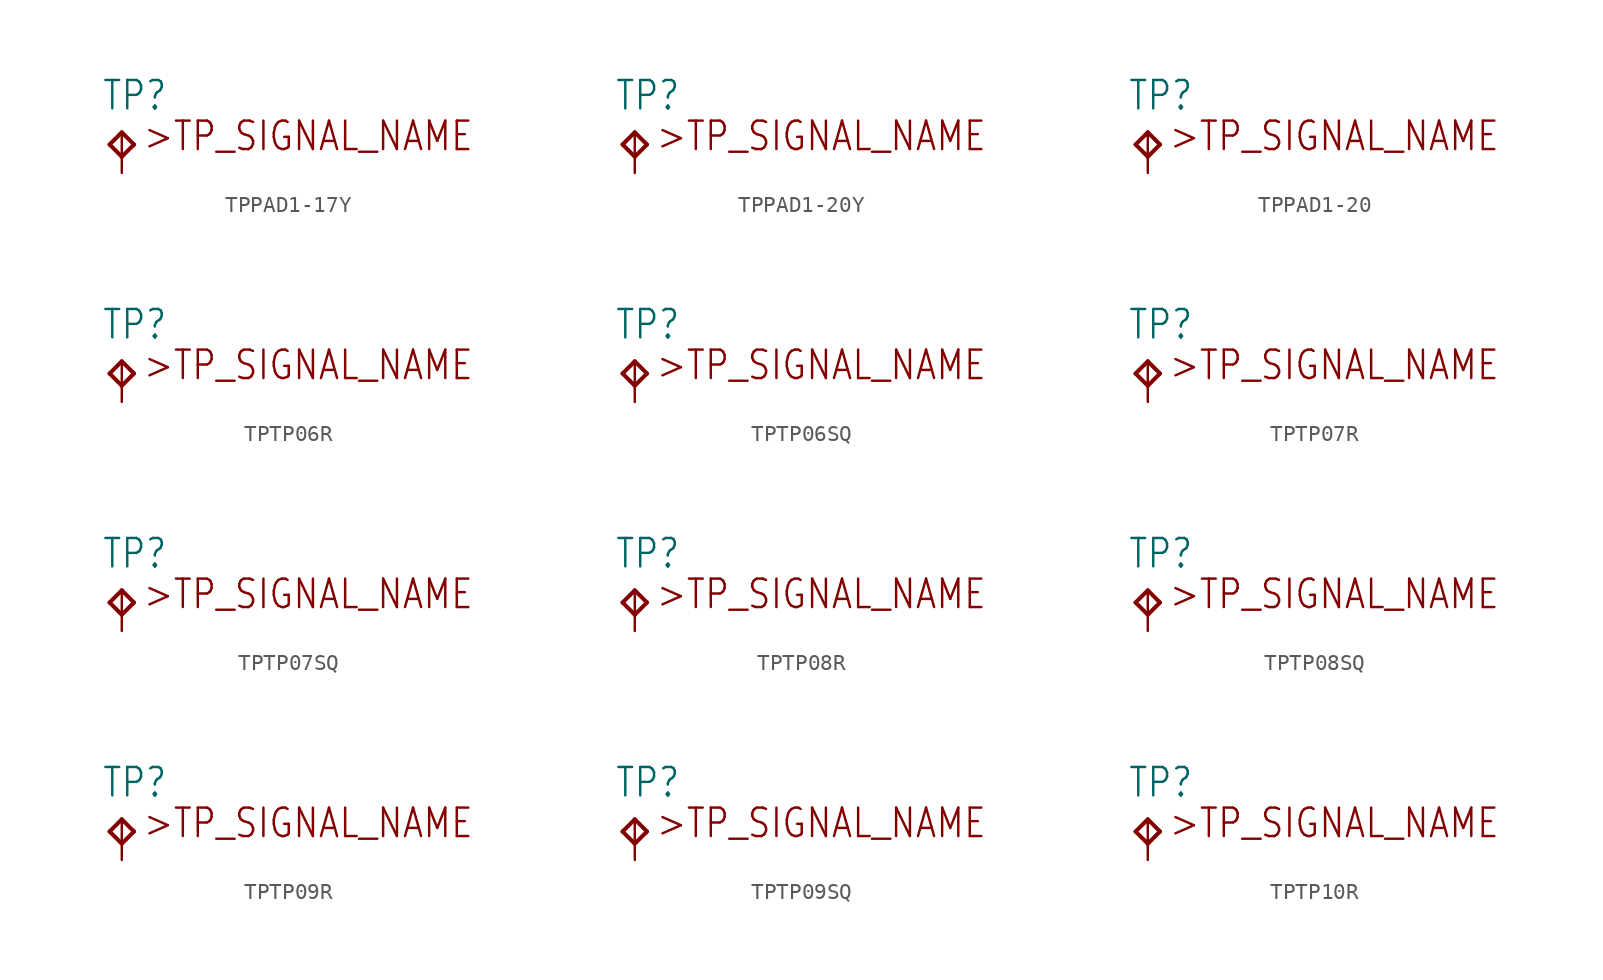
<source format=kicad_sym>
(kicad_symbol_lib
  (version 20211014)
  (generator kicad_symbol_editor)
  (symbol "TPPAD1-17Y"
    (property "Reference" "TP"
      (at -1.27 1.27 0)
      (effects (font (size 1.778 1.511)) (justify left bottom)))
    (property "ki_locked" ""
      (at 0 0 0)
      (effects (font (size 1.27 1.27))))
    (symbol "TPPAD1-17Y_1_0"
      (polyline (pts (xy -0.762 -0.762) (xy 0 0)) (stroke (width 0.254) (type default) (color 0 0 0 0)) (fill (type none)))
      (polyline (pts (xy 0 -1.524) (xy -0.762 -0.762)) (stroke (width 0.254) (type default) (color 0 0 0 0)) (fill (type none)))
      (polyline (pts (xy 0 0) (xy 0.762 -0.762)) (stroke (width 0.254) (type default) (color 0 0 0 0)) (fill (type none)))
      (polyline (pts (xy 0.762 -0.762) (xy 0 -1.524)) (stroke (width 0.254) (type default) (color 0 0 0 0)) (fill (type none)))
      (text ">TP_SIGNAL_NAME" (at 1.27 -1.27 0) (effects (font (size 1.778 1.511)) (justify left bottom)))
      (pin input line (at 0 -2.54 90) (length 2.54) (name "TP" (effects (font (size 0 0)))) (number "TP" (effects (font (size 0 0)))))))
  (symbol "TPPAD1-20Y"
    (property "Reference" "TP"
      (at -1.27 1.27 0)
      (effects (font (size 1.778 1.511)) (justify left bottom)))
    (property "ki_locked" ""
      (at 0 0 0)
      (effects (font (size 1.27 1.27))))
    (symbol "TPPAD1-20Y_1_0"
      (polyline (pts (xy -0.762 -0.762) (xy 0 0)) (stroke (width 0.254) (type default) (color 0 0 0 0)) (fill (type none)))
      (polyline (pts (xy 0 -1.524) (xy -0.762 -0.762)) (stroke (width 0.254) (type default) (color 0 0 0 0)) (fill (type none)))
      (polyline (pts (xy 0 0) (xy 0.762 -0.762)) (stroke (width 0.254) (type default) (color 0 0 0 0)) (fill (type none)))
      (polyline (pts (xy 0.762 -0.762) (xy 0 -1.524)) (stroke (width 0.254) (type default) (color 0 0 0 0)) (fill (type none)))
      (text ">TP_SIGNAL_NAME" (at 1.27 -1.27 0) (effects (font (size 1.778 1.511)) (justify left bottom)))
      (pin input line (at 0 -2.54 90) (length 2.54) (name "TP" (effects (font (size 0 0)))) (number "TP" (effects (font (size 0 0)))))))
  (symbol "TPPAD1-20"
    (property "Reference" "TP"
      (at -1.27 1.27 0)
      (effects (font (size 1.778 1.511)) (justify left bottom)))
    (property "ki_locked" ""
      (at 0 0 0)
      (effects (font (size 1.27 1.27))))
    (symbol "TPPAD1-20_1_0"
      (polyline (pts (xy -0.762 -0.762) (xy 0 0)) (stroke (width 0.254) (type default) (color 0 0 0 0)) (fill (type none)))
      (polyline (pts (xy 0 -1.524) (xy -0.762 -0.762)) (stroke (width 0.254) (type default) (color 0 0 0 0)) (fill (type none)))
      (polyline (pts (xy 0 0) (xy 0.762 -0.762)) (stroke (width 0.254) (type default) (color 0 0 0 0)) (fill (type none)))
      (polyline (pts (xy 0.762 -0.762) (xy 0 -1.524)) (stroke (width 0.254) (type default) (color 0 0 0 0)) (fill (type none)))
      (text ">TP_SIGNAL_NAME" (at 1.27 -1.27 0) (effects (font (size 1.778 1.511)) (justify left bottom)))
      (pin input line (at 0 -2.54 90) (length 2.54) (name "TP" (effects (font (size 0 0)))) (number "TP" (effects (font (size 0 0)))))))
  (symbol "TPTP06R"
    (property "Reference" "TP"
      (at -1.27 1.27 0)
      (effects (font (size 1.778 1.511)) (justify left bottom)))
    (property "ki_locked" ""
      (at 0 0 0)
      (effects (font (size 1.27 1.27))))
    (symbol "TPTP06R_1_0"
      (polyline (pts (xy -0.762 -0.762) (xy 0 0)) (stroke (width 0.254) (type default) (color 0 0 0 0)) (fill (type none)))
      (polyline (pts (xy 0 -1.524) (xy -0.762 -0.762)) (stroke (width 0.254) (type default) (color 0 0 0 0)) (fill (type none)))
      (polyline (pts (xy 0 0) (xy 0.762 -0.762)) (stroke (width 0.254) (type default) (color 0 0 0 0)) (fill (type none)))
      (polyline (pts (xy 0.762 -0.762) (xy 0 -1.524)) (stroke (width 0.254) (type default) (color 0 0 0 0)) (fill (type none)))
      (text ">TP_SIGNAL_NAME" (at 1.27 -1.27 0) (effects (font (size 1.778 1.511)) (justify left bottom)))
      (pin input line (at 0 -2.54 90) (length 2.54) (name "TP" (effects (font (size 0 0)))) (number "TP" (effects (font (size 0 0)))))))
  (symbol "TPTP06SQ"
    (property "Reference" "TP"
      (at -1.27 1.27 0)
      (effects (font (size 1.778 1.511)) (justify left bottom)))
    (property "ki_locked" ""
      (at 0 0 0)
      (effects (font (size 1.27 1.27))))
    (symbol "TPTP06SQ_1_0"
      (polyline (pts (xy -0.762 -0.762) (xy 0 0)) (stroke (width 0.254) (type default) (color 0 0 0 0)) (fill (type none)))
      (polyline (pts (xy 0 -1.524) (xy -0.762 -0.762)) (stroke (width 0.254) (type default) (color 0 0 0 0)) (fill (type none)))
      (polyline (pts (xy 0 0) (xy 0.762 -0.762)) (stroke (width 0.254) (type default) (color 0 0 0 0)) (fill (type none)))
      (polyline (pts (xy 0.762 -0.762) (xy 0 -1.524)) (stroke (width 0.254) (type default) (color 0 0 0 0)) (fill (type none)))
      (text ">TP_SIGNAL_NAME" (at 1.27 -1.27 0) (effects (font (size 1.778 1.511)) (justify left bottom)))
      (pin input line (at 0 -2.54 90) (length 2.54) (name "TP" (effects (font (size 0 0)))) (number "TP" (effects (font (size 0 0)))))))
  (symbol "TPTP07R"
    (property "Reference" "TP"
      (at -1.27 1.27 0)
      (effects (font (size 1.778 1.511)) (justify left bottom)))
    (property "ki_locked" ""
      (at 0 0 0)
      (effects (font (size 1.27 1.27))))
    (symbol "TPTP07R_1_0"
      (polyline (pts (xy -0.762 -0.762) (xy 0 0)) (stroke (width 0.254) (type default) (color 0 0 0 0)) (fill (type none)))
      (polyline (pts (xy 0 -1.524) (xy -0.762 -0.762)) (stroke (width 0.254) (type default) (color 0 0 0 0)) (fill (type none)))
      (polyline (pts (xy 0 0) (xy 0.762 -0.762)) (stroke (width 0.254) (type default) (color 0 0 0 0)) (fill (type none)))
      (polyline (pts (xy 0.762 -0.762) (xy 0 -1.524)) (stroke (width 0.254) (type default) (color 0 0 0 0)) (fill (type none)))
      (text ">TP_SIGNAL_NAME" (at 1.27 -1.27 0) (effects (font (size 1.778 1.511)) (justify left bottom)))
      (pin input line (at 0 -2.54 90) (length 2.54) (name "TP" (effects (font (size 0 0)))) (number "TP" (effects (font (size 0 0)))))))
  (symbol "TPTP07SQ"
    (property "Reference" "TP"
      (at -1.27 1.27 0)
      (effects (font (size 1.778 1.511)) (justify left bottom)))
    (property "ki_locked" ""
      (at 0 0 0)
      (effects (font (size 1.27 1.27))))
    (symbol "TPTP07SQ_1_0"
      (polyline (pts (xy -0.762 -0.762) (xy 0 0)) (stroke (width 0.254) (type default) (color 0 0 0 0)) (fill (type none)))
      (polyline (pts (xy 0 -1.524) (xy -0.762 -0.762)) (stroke (width 0.254) (type default) (color 0 0 0 0)) (fill (type none)))
      (polyline (pts (xy 0 0) (xy 0.762 -0.762)) (stroke (width 0.254) (type default) (color 0 0 0 0)) (fill (type none)))
      (polyline (pts (xy 0.762 -0.762) (xy 0 -1.524)) (stroke (width 0.254) (type default) (color 0 0 0 0)) (fill (type none)))
      (text ">TP_SIGNAL_NAME" (at 1.27 -1.27 0) (effects (font (size 1.778 1.511)) (justify left bottom)))
      (pin input line (at 0 -2.54 90) (length 2.54) (name "TP" (effects (font (size 0 0)))) (number "TP" (effects (font (size 0 0)))))))
  (symbol "TPTP08R"
    (property "Reference" "TP"
      (at -1.27 1.27 0)
      (effects (font (size 1.778 1.511)) (justify left bottom)))
    (property "ki_locked" ""
      (at 0 0 0)
      (effects (font (size 1.27 1.27))))
    (symbol "TPTP08R_1_0"
      (polyline (pts (xy -0.762 -0.762) (xy 0 0)) (stroke (width 0.254) (type default) (color 0 0 0 0)) (fill (type none)))
      (polyline (pts (xy 0 -1.524) (xy -0.762 -0.762)) (stroke (width 0.254) (type default) (color 0 0 0 0)) (fill (type none)))
      (polyline (pts (xy 0 0) (xy 0.762 -0.762)) (stroke (width 0.254) (type default) (color 0 0 0 0)) (fill (type none)))
      (polyline (pts (xy 0.762 -0.762) (xy 0 -1.524)) (stroke (width 0.254) (type default) (color 0 0 0 0)) (fill (type none)))
      (text ">TP_SIGNAL_NAME" (at 1.27 -1.27 0) (effects (font (size 1.778 1.511)) (justify left bottom)))
      (pin input line (at 0 -2.54 90) (length 2.54) (name "TP" (effects (font (size 0 0)))) (number "TP" (effects (font (size 0 0)))))))
  (symbol "TPTP08SQ"
    (property "Reference" "TP"
      (at -1.27 1.27 0)
      (effects (font (size 1.778 1.511)) (justify left bottom)))
    (property "ki_locked" ""
      (at 0 0 0)
      (effects (font (size 1.27 1.27))))
    (symbol "TPTP08SQ_1_0"
      (polyline (pts (xy -0.762 -0.762) (xy 0 0)) (stroke (width 0.254) (type default) (color 0 0 0 0)) (fill (type none)))
      (polyline (pts (xy 0 -1.524) (xy -0.762 -0.762)) (stroke (width 0.254) (type default) (color 0 0 0 0)) (fill (type none)))
      (polyline (pts (xy 0 0) (xy 0.762 -0.762)) (stroke (width 0.254) (type default) (color 0 0 0 0)) (fill (type none)))
      (polyline (pts (xy 0.762 -0.762) (xy 0 -1.524)) (stroke (width 0.254) (type default) (color 0 0 0 0)) (fill (type none)))
      (text ">TP_SIGNAL_NAME" (at 1.27 -1.27 0) (effects (font (size 1.778 1.511)) (justify left bottom)))
      (pin input line (at 0 -2.54 90) (length 2.54) (name "TP" (effects (font (size 0 0)))) (number "TP" (effects (font (size 0 0)))))))
  (symbol "TPTP09R"
    (property "Reference" "TP"
      (at -1.27 1.27 0)
      (effects (font (size 1.778 1.511)) (justify left bottom)))
    (property "ki_locked" ""
      (at 0 0 0)
      (effects (font (size 1.27 1.27))))
    (symbol "TPTP09R_1_0"
      (polyline (pts (xy -0.762 -0.762) (xy 0 0)) (stroke (width 0.254) (type default) (color 0 0 0 0)) (fill (type none)))
      (polyline (pts (xy 0 -1.524) (xy -0.762 -0.762)) (stroke (width 0.254) (type default) (color 0 0 0 0)) (fill (type none)))
      (polyline (pts (xy 0 0) (xy 0.762 -0.762)) (stroke (width 0.254) (type default) (color 0 0 0 0)) (fill (type none)))
      (polyline (pts (xy 0.762 -0.762) (xy 0 -1.524)) (stroke (width 0.254) (type default) (color 0 0 0 0)) (fill (type none)))
      (text ">TP_SIGNAL_NAME" (at 1.27 -1.27 0) (effects (font (size 1.778 1.511)) (justify left bottom)))
      (pin input line (at 0 -2.54 90) (length 2.54) (name "TP" (effects (font (size 0 0)))) (number "TP" (effects (font (size 0 0)))))))
  (symbol "TPTP09SQ"
    (property "Reference" "TP"
      (at -1.27 1.27 0)
      (effects (font (size 1.778 1.511)) (justify left bottom)))
    (property "ki_locked" ""
      (at 0 0 0)
      (effects (font (size 1.27 1.27))))
    (symbol "TPTP09SQ_1_0"
      (polyline (pts (xy -0.762 -0.762) (xy 0 0)) (stroke (width 0.254) (type default) (color 0 0 0 0)) (fill (type none)))
      (polyline (pts (xy 0 -1.524) (xy -0.762 -0.762)) (stroke (width 0.254) (type default) (color 0 0 0 0)) (fill (type none)))
      (polyline (pts (xy 0 0) (xy 0.762 -0.762)) (stroke (width 0.254) (type default) (color 0 0 0 0)) (fill (type none)))
      (polyline (pts (xy 0.762 -0.762) (xy 0 -1.524)) (stroke (width 0.254) (type default) (color 0 0 0 0)) (fill (type none)))
      (text ">TP_SIGNAL_NAME" (at 1.27 -1.27 0) (effects (font (size 1.778 1.511)) (justify left bottom)))
      (pin input line (at 0 -2.54 90) (length 2.54) (name "TP" (effects (font (size 0 0)))) (number "TP" (effects (font (size 0 0)))))))
  (symbol "TPTP10R"
    (property "Reference" "TP"
      (at -1.27 1.27 0)
      (effects (font (size 1.778 1.511)) (justify left bottom)))
    (property "ki_locked" ""
      (at 0 0 0)
      (effects (font (size 1.27 1.27))))
    (symbol "TPTP10R_1_0"
      (polyline (pts (xy -0.762 -0.762) (xy 0 0)) (stroke (width 0.254) (type default) (color 0 0 0 0)) (fill (type none)))
      (polyline (pts (xy 0 -1.524) (xy -0.762 -0.762)) (stroke (width 0.254) (type default) (color 0 0 0 0)) (fill (type none)))
      (polyline (pts (xy 0 0) (xy 0.762 -0.762)) (stroke (width 0.254) (type default) (color 0 0 0 0)) (fill (type none)))
      (polyline (pts (xy 0.762 -0.762) (xy 0 -1.524)) (stroke (width 0.254) (type default) (color 0 0 0 0)) (fill (type none)))
      (text ">TP_SIGNAL_NAME" (at 1.27 -1.27 0) (effects (font (size 1.778 1.511)) (justify left bottom)))
      (pin input line (at 0 -2.54 90) (length 2.54) (name "TP" (effects (font (size 0 0)))) (number "TP" (effects (font (size 0 0))))))))
</source>
